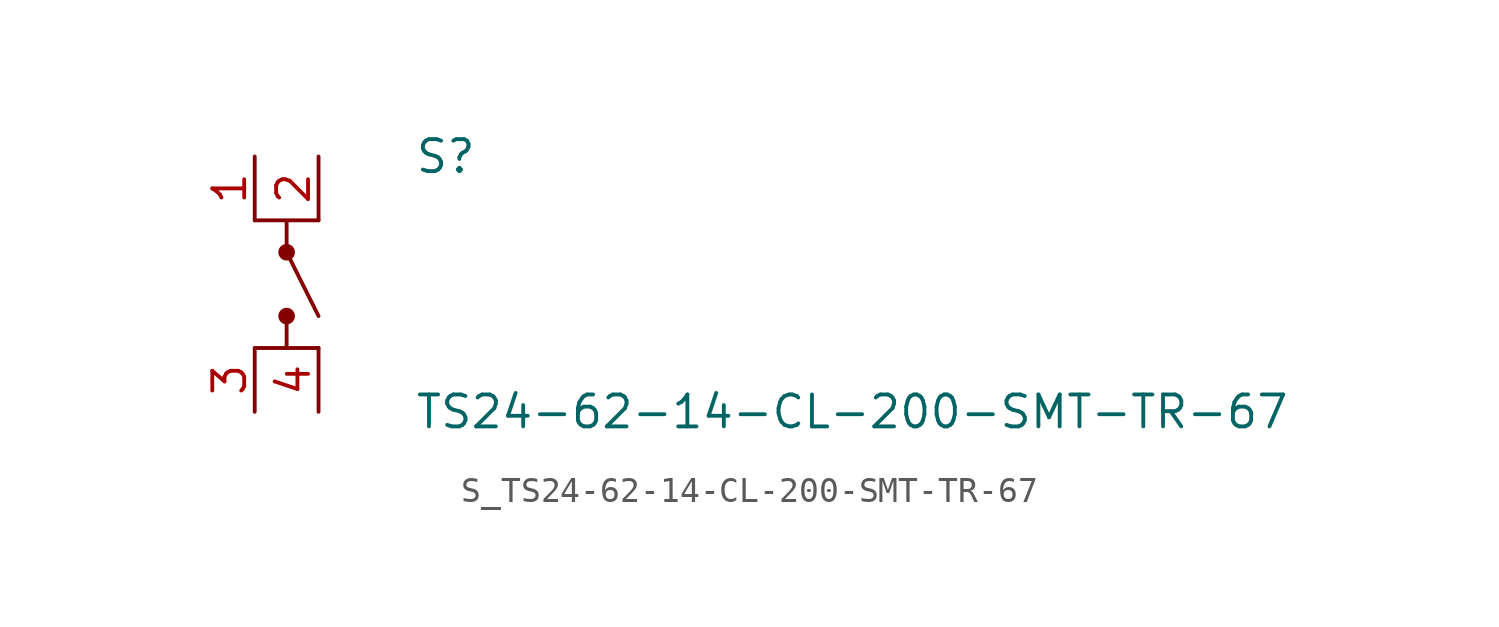
<source format=kicad_sym>
(kicad_symbol_lib
  (version 20231120)
  (generator kicad_symbol_editor)
  (generator_version 8.0)
  (symbol "S_TS24-62-14-CL-200-SMT-TR-67"
    (pin_names
      (offset 0.254))
    (property "Reference" "S"
      (at 5.08 5.08 0)
      (effects (font (size 1.27 1.27)) (justify left)))
    (property "Value" "TS24-62-14-CL-200-SMT-TR-67"
      (at 5.08 -5.08 0)
      (effects (font (size 1.27 1.27)) (justify left)))
    (symbol "S_TS24-62-14-CL-200-SMT-TR-67_0_0"
      (pin unspecified line (at -1.27 5.08 270) (length 2.54) (name "" (effects (font (size 1.27 1.27)))) (number "1" (effects (font (size 1.27 1.27)))))
      (pin unspecified line (at 1.27 5.08 270) (length 2.54) (name "" (effects (font (size 1.27 1.27)))) (number "2" (effects (font (size 1.27 1.27)))))
      (pin unspecified line (at -1.27 -5.08 90) (length 2.54) (name "" (effects (font (size 1.27 1.27)))) (number "3" (effects (font (size 1.27 1.27)))))
      (pin unspecified line (at 1.27 -5.08 90) (length 2.54) (name "" (effects (font (size 1.27 1.27)))) (number "4" (effects (font (size 1.27 1.27)))))
      (circle (center 0 1.27) (radius 0.254) (stroke (width 0) (type solid)) (fill (type outline)))
      (circle (center 0 -1.27) (radius 0.254) (stroke (width 0) (type solid)) (fill (type outline)))
      (polyline (pts (xy 1.27 2.54) (xy -1.27 2.54) (xy 0 2.54) (xy 0 1.27) (xy 1.27 -1.27)) (stroke (width 0) (type default)) (fill (type none)))
      (polyline (pts (xy 1.27 -2.54) (xy -1.27 -2.54) (xy 0 -2.54) (xy 0 -1.27)) (stroke (width 0) (type default)) (fill (type none))))
    (symbol "S_TS24-62-14-CL-200-SMT-TR-67_1_0")))
</source>
